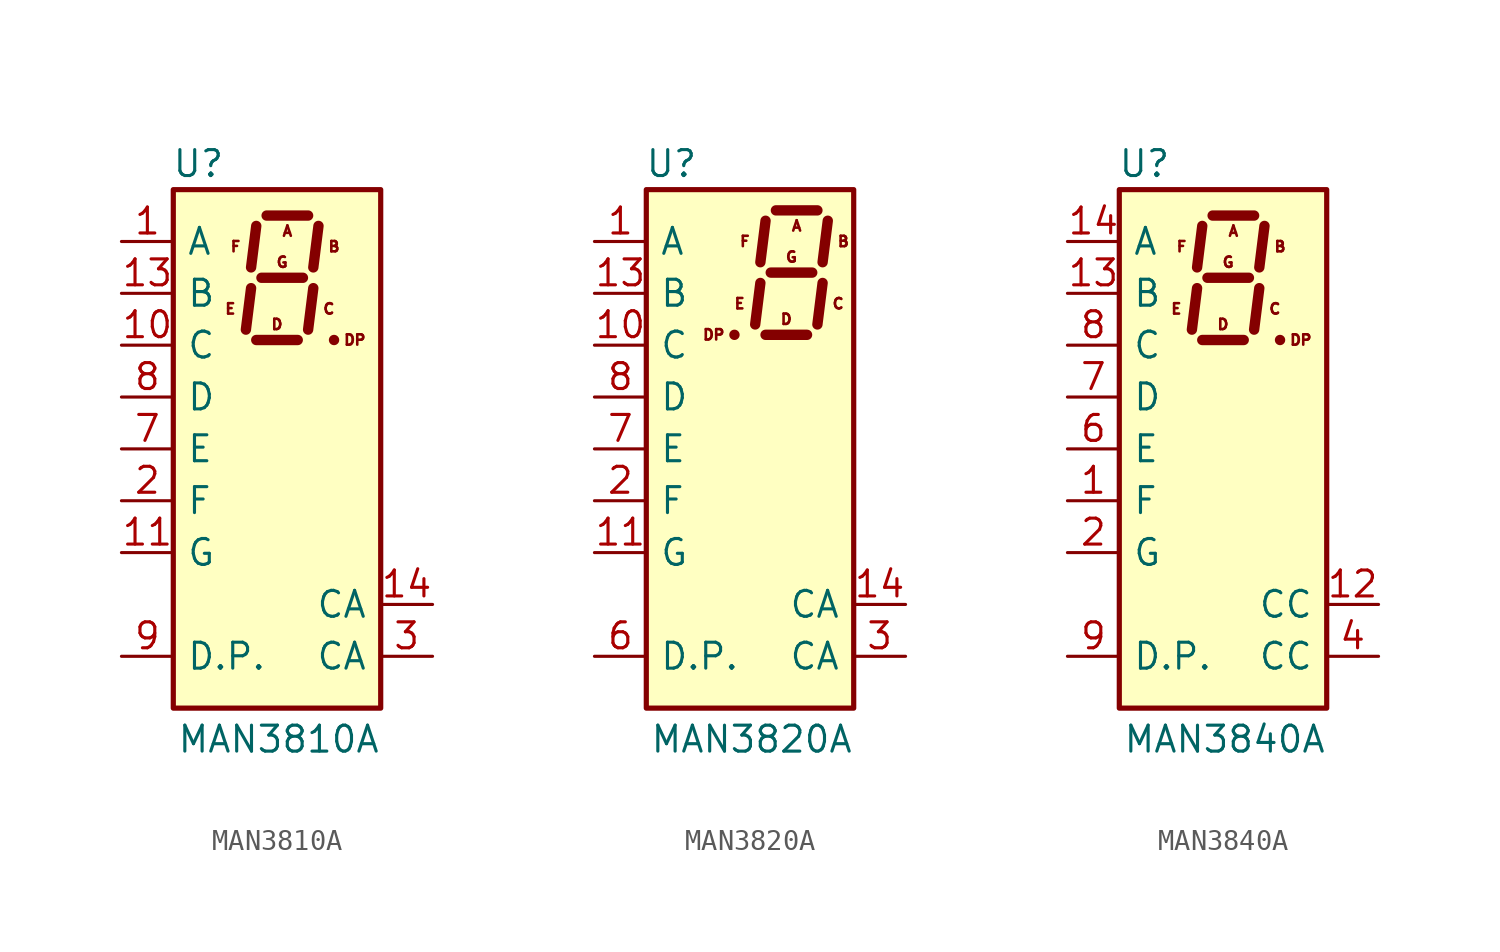
<source format=kicad_sym>
(kicad_symbol_lib
  (version 20200908)
  (generator kicad_symbol_editor)
  (symbol "Display_Character:MAN3810A"
    (pin_names
      (offset 0.635))
    (property "Reference" "U"
      (at -2.54 13.97 0)
      (effects (font (size 1.27 1.27)) (justify right)))
    (property "Value" "MAN3810A"
      (at 5.08 -14.224 0)
      (effects (font (size 1.27 1.27)) (justify right)))
    (symbol "MAN3810A_0_0"
      (text "A" (at 0.508 10.668 0) (effects (font (size 0.508 0.508))))
      (text "B" (at 2.794 9.906 0) (effects (font (size 0.508 0.508))))
      (text "C" (at 2.54 6.858 0) (effects (font (size 0.508 0.508))))
      (text "D" (at 0 6.096 0) (effects (font (size 0.508 0.508))))
      (text "DP" (at 3.81 5.334 0) (effects (font (size 0.508 0.508))))
      (text "E" (at -2.286 6.858 0) (effects (font (size 0.508 0.508))))
      (text "F" (at -2.032 9.906 0) (effects (font (size 0.508 0.508))))
      (text "G" (at 0.254 9.144 0) (effects (font (size 0.508 0.508)))))
    (symbol "MAN3810A_0_1"
      (rectangle (start -5.08 12.7) (end 5.08 -12.7) (stroke (width 0.254)) (fill (type background)))
      (polyline (pts (xy -1.27 7.874) (xy -1.524 5.842)) (stroke (width 0.508)) (fill (type none)))
      (polyline (pts (xy -1.016 5.334) (xy 1.016 5.334)) (stroke (width 0.508)) (fill (type none)))
      (polyline (pts (xy -1.016 10.922) (xy -1.27 8.89)) (stroke (width 0.508)) (fill (type none)))
      (polyline (pts (xy -0.762 8.382) (xy 1.27 8.382)) (stroke (width 0.508)) (fill (type none)))
      (polyline (pts (xy -0.508 11.43) (xy 1.524 11.43)) (stroke (width 0.508)) (fill (type none)))
      (polyline (pts (xy 1.778 7.874) (xy 1.524 5.842)) (stroke (width 0.508)) (fill (type none)))
      (polyline (pts (xy 2.032 10.922) (xy 1.778 8.89)) (stroke (width 0.508)) (fill (type none)))
      (polyline (pts (xy 2.794 5.334) (xy 2.794 5.334)) (stroke (width 0.508)) (fill (type none))))
    (symbol "MAN3810A_1_1"
      (pin input line (at -7.62 10.16 0) (length 2.54) (name "A" (effects (font (size 1.27 1.27)))) (number "1" (effects (font (size 1.27 1.27)))))
      (pin input line (at -7.62 5.08 0) (length 2.54) (name "C" (effects (font (size 1.27 1.27)))) (number "10" (effects (font (size 1.27 1.27)))))
      (pin input line (at -7.62 -5.08 0) (length 2.54) (name "G" (effects (font (size 1.27 1.27)))) (number "11" (effects (font (size 1.27 1.27)))))
      (pin unconnected line (at 7.62 -5.08 180) (length 2.54) hide (name "NC" (effects (font (size 1.27 1.27)))) (number "12" (effects (font (size 1.27 1.27)))))
      (pin input line (at -7.62 7.62 0) (length 2.54) (name "B" (effects (font (size 1.27 1.27)))) (number "13" (effects (font (size 1.27 1.27)))))
      (pin input line (at 7.62 -7.62 180) (length 2.54) (name "CA" (effects (font (size 1.27 1.27)))) (number "14" (effects (font (size 1.27 1.27)))))
      (pin input line (at -7.62 -2.54 0) (length 2.54) (name "F" (effects (font (size 1.27 1.27)))) (number "2" (effects (font (size 1.27 1.27)))))
      (pin input line (at 7.62 -10.16 180) (length 2.54) (name "CA" (effects (font (size 1.27 1.27)))) (number "3" (effects (font (size 1.27 1.27)))))
      (pin unconnected line (at 7.62 2.54 180) (length 2.54) hide (name "NC" (effects (font (size 1.27 1.27)))) (number "4" (effects (font (size 1.27 1.27)))))
      (pin unconnected line (at 7.62 0 180) (length 2.54) hide (name "NC" (effects (font (size 1.27 1.27)))) (number "5" (effects (font (size 1.27 1.27)))))
      (pin unconnected line (at 7.62 -2.54 180) (length 2.54) hide (name "NC" (effects (font (size 1.27 1.27)))) (number "6" (effects (font (size 1.27 1.27)))))
      (pin input line (at -7.62 0 0) (length 2.54) (name "E" (effects (font (size 1.27 1.27)))) (number "7" (effects (font (size 1.27 1.27)))))
      (pin input line (at -7.62 2.54 0) (length 2.54) (name "D" (effects (font (size 1.27 1.27)))) (number "8" (effects (font (size 1.27 1.27)))))
      (pin input line (at -7.62 -10.16 0) (length 2.54) (name "D.P." (effects (font (size 1.27 1.27)))) (number "9" (effects (font (size 1.27 1.27)))))))
  (symbol "Display_Character:MAN3820A"
    (pin_names
      (offset 0.635))
    (property "Reference" "U"
      (at -2.54 13.97 0)
      (effects (font (size 1.27 1.27)) (justify right)))
    (property "Value" "MAN3820A"
      (at 5.08 -14.224 0)
      (effects (font (size 1.27 1.27)) (justify right)))
    (symbol "MAN3820A_0_0"
      (text "A" (at 2.286 10.922 0) (effects (font (size 0.508 0.508))))
      (text "B" (at 4.572 10.16 0) (effects (font (size 0.508 0.508))))
      (text "C" (at 4.318 7.112 0) (effects (font (size 0.508 0.508))))
      (text "D" (at 1.778 6.35 0) (effects (font (size 0.508 0.508))))
      (text "DP" (at -1.778 5.588 0) (effects (font (size 0.508 0.508))))
      (text "E" (at -0.508 7.112 0) (effects (font (size 0.508 0.508))))
      (text "F" (at -0.254 10.16 0) (effects (font (size 0.508 0.508))))
      (text "G" (at 2.032 9.398 0) (effects (font (size 0.508 0.508)))))
    (symbol "MAN3820A_0_1"
      (rectangle (start -5.08 12.7) (end 5.08 -12.7) (stroke (width 0.254)) (fill (type background)))
      (polyline (pts (xy -0.762 5.588) (xy -0.762 5.588)) (stroke (width 0.508)) (fill (type none)))
      (polyline (pts (xy 0.508 8.128) (xy 0.254 6.096)) (stroke (width 0.508)) (fill (type none)))
      (polyline (pts (xy 0.762 5.588) (xy 2.794 5.588)) (stroke (width 0.508)) (fill (type none)))
      (polyline (pts (xy 0.762 11.176) (xy 0.508 9.144)) (stroke (width 0.508)) (fill (type none)))
      (polyline (pts (xy 1.016 8.636) (xy 3.048 8.636)) (stroke (width 0.508)) (fill (type none)))
      (polyline (pts (xy 1.27 11.684) (xy 3.302 11.684)) (stroke (width 0.508)) (fill (type none)))
      (polyline (pts (xy 3.556 8.128) (xy 3.302 6.096)) (stroke (width 0.508)) (fill (type none)))
      (polyline (pts (xy 3.81 11.176) (xy 3.556 9.144)) (stroke (width 0.508)) (fill (type none))))
    (symbol "MAN3820A_1_1"
      (pin input line (at -7.62 10.16 0) (length 2.54) (name "A" (effects (font (size 1.27 1.27)))) (number "1" (effects (font (size 1.27 1.27)))))
      (pin input line (at -7.62 5.08 0) (length 2.54) (name "C" (effects (font (size 1.27 1.27)))) (number "10" (effects (font (size 1.27 1.27)))))
      (pin input line (at -7.62 -5.08 0) (length 2.54) (name "G" (effects (font (size 1.27 1.27)))) (number "11" (effects (font (size 1.27 1.27)))))
      (pin unconnected line (at 7.62 -5.08 180) (length 2.54) hide (name "NC" (effects (font (size 1.27 1.27)))) (number "12" (effects (font (size 1.27 1.27)))))
      (pin input line (at -7.62 7.62 0) (length 2.54) (name "B" (effects (font (size 1.27 1.27)))) (number "13" (effects (font (size 1.27 1.27)))))
      (pin input line (at 7.62 -7.62 180) (length 2.54) (name "CA" (effects (font (size 1.27 1.27)))) (number "14" (effects (font (size 1.27 1.27)))))
      (pin input line (at -7.62 -2.54 0) (length 2.54) (name "F" (effects (font (size 1.27 1.27)))) (number "2" (effects (font (size 1.27 1.27)))))
      (pin input line (at 7.62 -10.16 180) (length 2.54) (name "CA" (effects (font (size 1.27 1.27)))) (number "3" (effects (font (size 1.27 1.27)))))
      (pin unconnected line (at 7.62 2.54 180) (length 2.54) hide (name "NC" (effects (font (size 1.27 1.27)))) (number "4" (effects (font (size 1.27 1.27)))))
      (pin unconnected line (at 7.62 0 180) (length 2.54) hide (name "NC" (effects (font (size 1.27 1.27)))) (number "5" (effects (font (size 1.27 1.27)))))
      (pin input line (at -7.62 -10.16 0) (length 2.54) (name "D.P." (effects (font (size 1.27 1.27)))) (number "6" (effects (font (size 1.27 1.27)))))
      (pin input line (at -7.62 0 0) (length 2.54) (name "E" (effects (font (size 1.27 1.27)))) (number "7" (effects (font (size 1.27 1.27)))))
      (pin input line (at -7.62 2.54 0) (length 2.54) (name "D" (effects (font (size 1.27 1.27)))) (number "8" (effects (font (size 1.27 1.27)))))
      (pin unconnected line (at 7.62 -2.54 180) (length 2.54) hide (name "NC" (effects (font (size 1.27 1.27)))) (number "9" (effects (font (size 1.27 1.27)))))))
  (symbol "Display_Character:MAN3840A"
    (pin_names
      (offset 0.635))
    (property "Reference" "U"
      (at -2.54 13.97 0)
      (effects (font (size 1.27 1.27)) (justify right)))
    (property "Value" "MAN3840A"
      (at 5.08 -14.224 0)
      (effects (font (size 1.27 1.27)) (justify right)))
    (symbol "MAN3840A_0_0"
      (text "A" (at 0.508 10.668 0) (effects (font (size 0.508 0.508))))
      (text "B" (at 2.794 9.906 0) (effects (font (size 0.508 0.508))))
      (text "C" (at 2.54 6.858 0) (effects (font (size 0.508 0.508))))
      (text "D" (at 0 6.096 0) (effects (font (size 0.508 0.508))))
      (text "DP" (at 3.81 5.334 0) (effects (font (size 0.508 0.508))))
      (text "E" (at -2.286 6.858 0) (effects (font (size 0.508 0.508))))
      (text "F" (at -2.032 9.906 0) (effects (font (size 0.508 0.508))))
      (text "G" (at 0.254 9.144 0) (effects (font (size 0.508 0.508)))))
    (symbol "MAN3840A_0_1"
      (rectangle (start -5.08 12.7) (end 5.08 -12.7) (stroke (width 0.254)) (fill (type background)))
      (polyline (pts (xy -1.27 7.874) (xy -1.524 5.842)) (stroke (width 0.508)) (fill (type none)))
      (polyline (pts (xy -1.016 5.334) (xy 1.016 5.334)) (stroke (width 0.508)) (fill (type none)))
      (polyline (pts (xy -1.016 10.922) (xy -1.27 8.89)) (stroke (width 0.508)) (fill (type none)))
      (polyline (pts (xy -0.762 8.382) (xy 1.27 8.382)) (stroke (width 0.508)) (fill (type none)))
      (polyline (pts (xy -0.508 11.43) (xy 1.524 11.43)) (stroke (width 0.508)) (fill (type none)))
      (polyline (pts (xy 1.778 7.874) (xy 1.524 5.842)) (stroke (width 0.508)) (fill (type none)))
      (polyline (pts (xy 2.032 10.922) (xy 1.778 8.89)) (stroke (width 0.508)) (fill (type none)))
      (polyline (pts (xy 2.794 5.334) (xy 2.794 5.334)) (stroke (width 0.508)) (fill (type none))))
    (symbol "MAN3840A_1_1"
      (pin input line (at -7.62 -2.54 0) (length 2.54) (name "F" (effects (font (size 1.27 1.27)))) (number "1" (effects (font (size 1.27 1.27)))))
      (pin unconnected line (at 7.62 -2.54 180) (length 2.54) hide (name "NC" (effects (font (size 1.27 1.27)))) (number "10" (effects (font (size 1.27 1.27)))))
      (pin unconnected line (at 7.62 -5.08 180) (length 2.54) hide (name "NC" (effects (font (size 1.27 1.27)))) (number "11" (effects (font (size 1.27 1.27)))))
      (pin input line (at 7.62 -7.62 180) (length 2.54) (name "CC" (effects (font (size 1.27 1.27)))) (number "12" (effects (font (size 1.27 1.27)))))
      (pin input line (at -7.62 7.62 0) (length 2.54) (name "B" (effects (font (size 1.27 1.27)))) (number "13" (effects (font (size 1.27 1.27)))))
      (pin input line (at -7.62 10.16 0) (length 2.54) (name "A" (effects (font (size 1.27 1.27)))) (number "14" (effects (font (size 1.27 1.27)))))
      (pin input line (at -7.62 -5.08 0) (length 2.54) (name "G" (effects (font (size 1.27 1.27)))) (number "2" (effects (font (size 1.27 1.27)))))
      (pin unconnected line (at 7.62 2.54 180) (length 2.54) hide (name "NC" (effects (font (size 1.27 1.27)))) (number "3" (effects (font (size 1.27 1.27)))))
      (pin input line (at 7.62 -10.16 180) (length 2.54) (name "CC" (effects (font (size 1.27 1.27)))) (number "4" (effects (font (size 1.27 1.27)))))
      (pin unconnected line (at 7.62 0 180) (length 2.54) hide (name "NC" (effects (font (size 1.27 1.27)))) (number "5" (effects (font (size 1.27 1.27)))))
      (pin input line (at -7.62 0 0) (length 2.54) (name "E" (effects (font (size 1.27 1.27)))) (number "6" (effects (font (size 1.27 1.27)))))
      (pin input line (at -7.62 2.54 0) (length 2.54) (name "D" (effects (font (size 1.27 1.27)))) (number "7" (effects (font (size 1.27 1.27)))))
      (pin input line (at -7.62 5.08 0) (length 2.54) (name "C" (effects (font (size 1.27 1.27)))) (number "8" (effects (font (size 1.27 1.27)))))
      (pin input line (at -7.62 -10.16 0) (length 2.54) (name "D.P." (effects (font (size 1.27 1.27)))) (number "9" (effects (font (size 1.27 1.27))))))))
</source>
